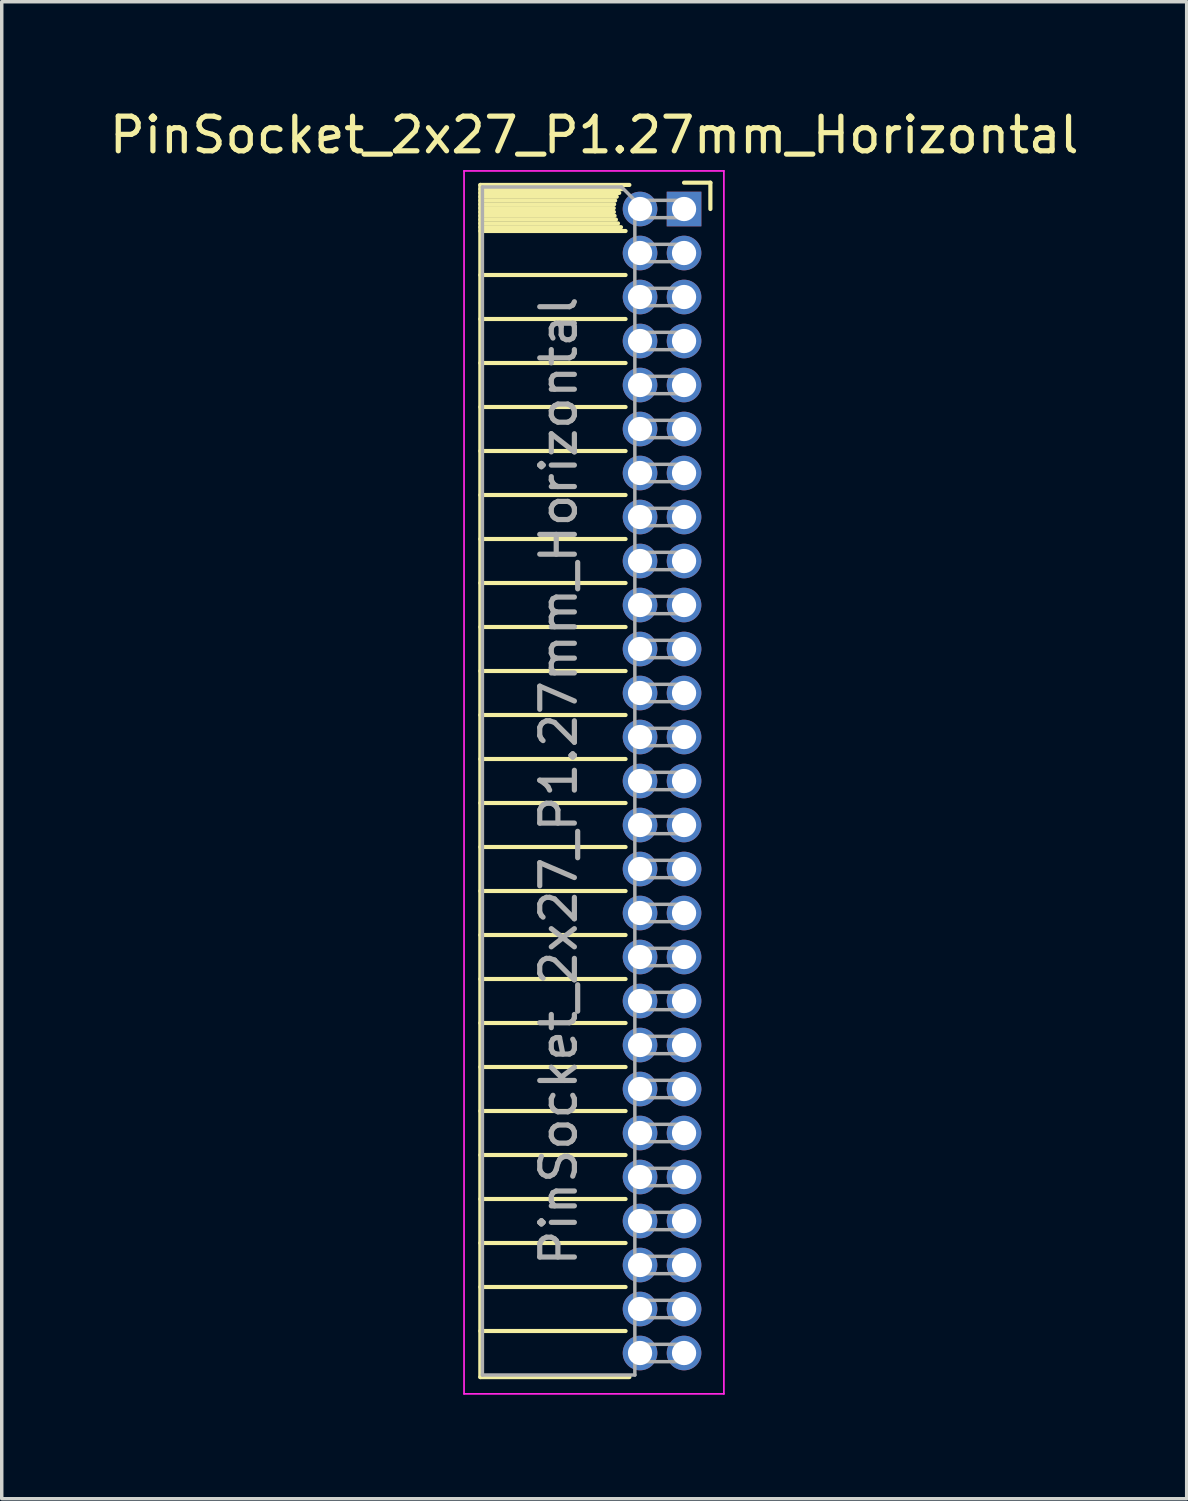
<source format=kicad_pcb>
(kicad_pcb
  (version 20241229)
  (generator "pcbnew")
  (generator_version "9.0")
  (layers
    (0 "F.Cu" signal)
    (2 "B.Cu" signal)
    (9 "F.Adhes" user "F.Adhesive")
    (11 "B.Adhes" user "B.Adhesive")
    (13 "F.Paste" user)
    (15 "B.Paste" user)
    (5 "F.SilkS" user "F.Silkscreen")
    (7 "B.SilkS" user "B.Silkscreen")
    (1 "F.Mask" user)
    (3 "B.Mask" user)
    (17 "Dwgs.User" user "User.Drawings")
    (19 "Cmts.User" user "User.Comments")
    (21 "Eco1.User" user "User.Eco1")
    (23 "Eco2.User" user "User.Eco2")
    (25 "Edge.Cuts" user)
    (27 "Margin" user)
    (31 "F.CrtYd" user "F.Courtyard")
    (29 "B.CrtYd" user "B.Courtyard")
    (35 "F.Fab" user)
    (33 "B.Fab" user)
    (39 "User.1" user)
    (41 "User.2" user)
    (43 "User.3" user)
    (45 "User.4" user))
  (footprint "PinSocket_2x27_P1.27mm_Horizontal"
    (layer "F.Cu")
    (at 16.694 2.983)
    (property "Reference" "PinSocket_2x27_P1.27mm_Horizontal" (at -2.592 -2.135 0) (layer "F.SilkS") (effects (font (size 1 1) (thickness 0.15))))
    (attr through_hole)
    (fp_line (start -5.88 -0.695) (end -5.88 33.715) (stroke (width 0.12) (type solid)) (layer "F.SilkS"))
    (fp_line (start -5.88 -0.695) (end -1.578 -0.695) (stroke (width 0.12) (type solid)) (layer "F.SilkS"))
    (fp_line (start -5.88 -0.575) (end -1.767 -0.575) (stroke (width 0.12) (type solid)) (layer "F.SilkS"))
    (fp_line (start -5.88 -0.465) (end -1.871 -0.465) (stroke (width 0.12) (type solid)) (layer "F.SilkS"))
    (fp_line (start -5.88 -0.355) (end -1.942 -0.355) (stroke (width 0.12) (type solid)) (layer "F.SilkS"))
    (fp_line (start -5.88 -0.245) (end -1.989 -0.245) (stroke (width 0.12) (type solid)) (layer "F.SilkS"))
    (fp_line (start -5.88 -0.135) (end -2.018 -0.135) (stroke (width 0.12) (type solid)) (layer "F.SilkS"))
    (fp_line (start -5.88 -0.025) (end -2.03 -0.025) (stroke (width 0.12) (type solid)) (layer "F.SilkS"))
    (fp_line (start -5.88 0.085) (end -2.025 0.085) (stroke (width 0.12) (type solid)) (layer "F.SilkS"))
    (fp_line (start -5.88 0.195) (end -2.005 0.195) (stroke (width 0.12) (type solid)) (layer "F.SilkS"))
    (fp_line (start -5.88 0.305) (end -1.966 0.305) (stroke (width 0.12) (type solid)) (layer "F.SilkS"))
    (fp_line (start -5.88 0.415) (end -1.907 0.415) (stroke (width 0.12) (type solid)) (layer "F.SilkS"))
    (fp_line (start -5.88 0.525) (end -1.82 0.525) (stroke (width 0.12) (type solid)) (layer "F.SilkS"))
    (fp_line (start -5.88 0.635) (end -1.688 0.635) (stroke (width 0.12) (type solid)) (layer "F.SilkS"))
    (fp_line (start -5.88 1.905) (end -1.688 1.905) (stroke (width 0.12) (type solid)) (layer "F.SilkS"))
    (fp_line (start -5.88 3.175) (end -1.688 3.175) (stroke (width 0.12) (type solid)) (layer "F.SilkS"))
    (fp_line (start -5.88 4.445) (end -1.688 4.445) (stroke (width 0.12) (type solid)) (layer "F.SilkS"))
    (fp_line (start -5.88 5.715) (end -1.688 5.715) (stroke (width 0.12) (type solid)) (layer "F.SilkS"))
    (fp_line (start -5.88 6.985) (end -1.688 6.985) (stroke (width 0.12) (type solid)) (layer "F.SilkS"))
    (fp_line (start -5.88 8.255) (end -1.688 8.255) (stroke (width 0.12) (type solid)) (layer "F.SilkS"))
    (fp_line (start -5.88 9.525) (end -1.688 9.525) (stroke (width 0.12) (type solid)) (layer "F.SilkS"))
    (fp_line (start -5.88 10.795) (end -1.688 10.795) (stroke (width 0.12) (type solid)) (layer "F.SilkS"))
    (fp_line (start -5.88 12.065) (end -1.688 12.065) (stroke (width 0.12) (type solid)) (layer "F.SilkS"))
    (fp_line (start -5.88 13.335) (end -1.688 13.335) (stroke (width 0.12) (type solid)) (layer "F.SilkS"))
    (fp_line (start -5.88 14.605) (end -1.688 14.605) (stroke (width 0.12) (type solid)) (layer "F.SilkS"))
    (fp_line (start -5.88 15.875) (end -1.688 15.875) (stroke (width 0.12) (type solid)) (layer "F.SilkS"))
    (fp_line (start -5.88 17.145) (end -1.688 17.145) (stroke (width 0.12) (type solid)) (layer "F.SilkS"))
    (fp_line (start -5.88 18.415) (end -1.688 18.415) (stroke (width 0.12) (type solid)) (layer "F.SilkS"))
    (fp_line (start -5.88 19.685) (end -1.688 19.685) (stroke (width 0.12) (type solid)) (layer "F.SilkS"))
    (fp_line (start -5.88 20.955) (end -1.688 20.955) (stroke (width 0.12) (type solid)) (layer "F.SilkS"))
    (fp_line (start -5.88 22.225) (end -1.688 22.225) (stroke (width 0.12) (type solid)) (layer "F.SilkS"))
    (fp_line (start -5.88 23.495) (end -1.688 23.495) (stroke (width 0.12) (type solid)) (layer "F.SilkS"))
    (fp_line (start -5.88 24.765) (end -1.688 24.765) (stroke (width 0.12) (type solid)) (layer "F.SilkS"))
    (fp_line (start -5.88 26.035) (end -1.688 26.035) (stroke (width 0.12) (type solid)) (layer "F.SilkS"))
    (fp_line (start -5.88 27.305) (end -1.688 27.305) (stroke (width 0.12) (type solid)) (layer "F.SilkS"))
    (fp_line (start -5.88 28.575) (end -1.688 28.575) (stroke (width 0.12) (type solid)) (layer "F.SilkS"))
    (fp_line (start -5.88 29.845) (end -1.688 29.845) (stroke (width 0.12) (type solid)) (layer "F.SilkS"))
    (fp_line (start -5.88 31.115) (end -1.688 31.115) (stroke (width 0.12) (type solid)) (layer "F.SilkS"))
    (fp_line (start -5.88 32.385) (end -1.688 32.385) (stroke (width 0.12) (type solid)) (layer "F.SilkS"))
    (fp_line (start -5.88 33.715) (end -1.578 33.715) (stroke (width 0.12) (type solid)) (layer "F.SilkS"))
    (fp_line (start 0 -0.76) (end 0.76 -0.76) (stroke (width 0.12) (type solid)) (layer "F.SilkS"))
    (fp_line (start 0.76 -0.76) (end 0.76 0) (stroke (width 0.12) (type solid)) (layer "F.SilkS"))
    (fp_line (start -6.35 -1.1) (end -6.35 34.2) (stroke (width 0.05) (type solid)) (layer "F.CrtYd"))
    (fp_line (start -6.35 34.2) (end 1.15 34.2) (stroke (width 0.05) (type solid)) (layer "F.CrtYd"))
    (fp_line (start 1.15 -1.1) (end -6.35 -1.1) (stroke (width 0.05) (type solid)) (layer "F.CrtYd"))
    (fp_line (start 1.15 34.2) (end 1.15 -1.1) (stroke (width 0.05) (type solid)) (layer "F.CrtYd"))
    (fp_line (start -5.82 -0.635) (end -1.805 -0.635) (stroke (width 0.1) (type solid)) (layer "F.Fab"))
    (fp_line (start -5.82 33.655) (end -5.82 -0.635) (stroke (width 0.1) (type solid)) (layer "F.Fab"))
    (fp_line (start -1.805 -0.635) (end -1.42 -0.25) (stroke (width 0.1) (type solid)) (layer "F.Fab"))
    (fp_line (start -1.42 -0.25) (end -1.42 33.655) (stroke (width 0.1) (type solid)) (layer "F.Fab"))
    (fp_line (start -1.42 0.25) (end 0 0.25) (stroke (width 0.1) (type solid)) (layer "F.Fab"))
    (fp_line (start -1.42 1.52) (end 0 1.52) (stroke (width 0.1) (type solid)) (layer "F.Fab"))
    (fp_line (start -1.42 2.79) (end 0 2.79) (stroke (width 0.1) (type solid)) (layer "F.Fab"))
    (fp_line (start -1.42 4.06) (end 0 4.06) (stroke (width 0.1) (type solid)) (layer "F.Fab"))
    (fp_line (start -1.42 5.33) (end 0 5.33) (stroke (width 0.1) (type solid)) (layer "F.Fab"))
    (fp_line (start -1.42 6.6) (end 0 6.6) (stroke (width 0.1) (type solid)) (layer "F.Fab"))
    (fp_line (start -1.42 7.87) (end 0 7.87) (stroke (width 0.1) (type solid)) (layer "F.Fab"))
    (fp_line (start -1.42 9.14) (end 0 9.14) (stroke (width 0.1) (type solid)) (layer "F.Fab"))
    (fp_line (start -1.42 10.41) (end 0 10.41) (stroke (width 0.1) (type solid)) (layer "F.Fab"))
    (fp_line (start -1.42 11.68) (end 0 11.68) (stroke (width 0.1) (type solid)) (layer "F.Fab"))
    (fp_line (start -1.42 12.95) (end 0 12.95) (stroke (width 0.1) (type solid)) (layer "F.Fab"))
    (fp_line (start -1.42 14.22) (end 0 14.22) (stroke (width 0.1) (type solid)) (layer "F.Fab"))
    (fp_line (start -1.42 15.49) (end 0 15.49) (stroke (width 0.1) (type solid)) (layer "F.Fab"))
    (fp_line (start -1.42 16.76) (end 0 16.76) (stroke (width 0.1) (type solid)) (layer "F.Fab"))
    (fp_line (start -1.42 18.03) (end 0 18.03) (stroke (width 0.1) (type solid)) (layer "F.Fab"))
    (fp_line (start -1.42 19.3) (end 0 19.3) (stroke (width 0.1) (type solid)) (layer "F.Fab"))
    (fp_line (start -1.42 20.57) (end 0 20.57) (stroke (width 0.1) (type solid)) (layer "F.Fab"))
    (fp_line (start -1.42 21.84) (end 0 21.84) (stroke (width 0.1) (type solid)) (layer "F.Fab"))
    (fp_line (start -1.42 23.11) (end 0 23.11) (stroke (width 0.1) (type solid)) (layer "F.Fab"))
    (fp_line (start -1.42 24.38) (end 0 24.38) (stroke (width 0.1) (type solid)) (layer "F.Fab"))
    (fp_line (start -1.42 25.65) (end 0 25.65) (stroke (width 0.1) (type solid)) (layer "F.Fab"))
    (fp_line (start -1.42 26.92) (end 0 26.92) (stroke (width 0.1) (type solid)) (layer "F.Fab"))
    (fp_line (start -1.42 28.19) (end 0 28.19) (stroke (width 0.1) (type solid)) (layer "F.Fab"))
    (fp_line (start -1.42 29.46) (end 0 29.46) (stroke (width 0.1) (type solid)) (layer "F.Fab"))
    (fp_line (start -1.42 30.73) (end 0 30.73) (stroke (width 0.1) (type solid)) (layer "F.Fab"))
    (fp_line (start -1.42 32) (end 0 32) (stroke (width 0.1) (type solid)) (layer "F.Fab"))
    (fp_line (start -1.42 33.27) (end 0 33.27) (stroke (width 0.1) (type solid)) (layer "F.Fab"))
    (fp_line (start -1.42 33.655) (end -5.82 33.655) (stroke (width 0.1) (type solid)) (layer "F.Fab"))
    (fp_line (start 0 -0.25) (end -1.42 -0.25) (stroke (width 0.1) (type solid)) (layer "F.Fab"))
    (fp_line (start 0 0.25) (end 0 -0.25) (stroke (width 0.1) (type solid)) (layer "F.Fab"))
    (fp_line (start 0 1.02) (end -1.42 1.02) (stroke (width 0.1) (type solid)) (layer "F.Fab"))
    (fp_line (start 0 1.52) (end 0 1.02) (stroke (width 0.1) (type solid)) (layer "F.Fab"))
    (fp_line (start 0 2.29) (end -1.42 2.29) (stroke (width 0.1) (type solid)) (layer "F.Fab"))
    (fp_line (start 0 2.79) (end 0 2.29) (stroke (width 0.1) (type solid)) (layer "F.Fab"))
    (fp_line (start 0 3.56) (end -1.42 3.56) (stroke (width 0.1) (type solid)) (layer "F.Fab"))
    (fp_line (start 0 4.06) (end 0 3.56) (stroke (width 0.1) (type solid)) (layer "F.Fab"))
    (fp_line (start 0 4.83) (end -1.42 4.83) (stroke (width 0.1) (type solid)) (layer "F.Fab"))
    (fp_line (start 0 5.33) (end 0 4.83) (stroke (width 0.1) (type solid)) (layer "F.Fab"))
    (fp_line (start 0 6.1) (end -1.42 6.1) (stroke (width 0.1) (type solid)) (layer "F.Fab"))
    (fp_line (start 0 6.6) (end 0 6.1) (stroke (width 0.1) (type solid)) (layer "F.Fab"))
    (fp_line (start 0 7.37) (end -1.42 7.37) (stroke (width 0.1) (type solid)) (layer "F.Fab"))
    (fp_line (start 0 7.87) (end 0 7.37) (stroke (width 0.1) (type solid)) (layer "F.Fab"))
    (fp_line (start 0 8.64) (end -1.42 8.64) (stroke (width 0.1) (type solid)) (layer "F.Fab"))
    (fp_line (start 0 9.14) (end 0 8.64) (stroke (width 0.1) (type solid)) (layer "F.Fab"))
    (fp_line (start 0 9.91) (end -1.42 9.91) (stroke (width 0.1) (type solid)) (layer "F.Fab"))
    (fp_line (start 0 10.41) (end 0 9.91) (stroke (width 0.1) (type solid)) (layer "F.Fab"))
    (fp_line (start 0 11.18) (end -1.42 11.18) (stroke (width 0.1) (type solid)) (layer "F.Fab"))
    (fp_line (start 0 11.68) (end 0 11.18) (stroke (width 0.1) (type solid)) (layer "F.Fab"))
    (fp_line (start 0 12.45) (end -1.42 12.45) (stroke (width 0.1) (type solid)) (layer "F.Fab"))
    (fp_line (start 0 12.95) (end 0 12.45) (stroke (width 0.1) (type solid)) (layer "F.Fab"))
    (fp_line (start 0 13.72) (end -1.42 13.72) (stroke (width 0.1) (type solid)) (layer "F.Fab"))
    (fp_line (start 0 14.22) (end 0 13.72) (stroke (width 0.1) (type solid)) (layer "F.Fab"))
    (fp_line (start 0 14.99) (end -1.42 14.99) (stroke (width 0.1) (type solid)) (layer "F.Fab"))
    (fp_line (start 0 15.49) (end 0 14.99) (stroke (width 0.1) (type solid)) (layer "F.Fab"))
    (fp_line (start 0 16.26) (end -1.42 16.26) (stroke (width 0.1) (type solid)) (layer "F.Fab"))
    (fp_line (start 0 16.76) (end 0 16.26) (stroke (width 0.1) (type solid)) (layer "F.Fab"))
    (fp_line (start 0 17.53) (end -1.42 17.53) (stroke (width 0.1) (type solid)) (layer "F.Fab"))
    (fp_line (start 0 18.03) (end 0 17.53) (stroke (width 0.1) (type solid)) (layer "F.Fab"))
    (fp_line (start 0 18.8) (end -1.42 18.8) (stroke (width 0.1) (type solid)) (layer "F.Fab"))
    (fp_line (start 0 19.3) (end 0 18.8) (stroke (width 0.1) (type solid)) (layer "F.Fab"))
    (fp_line (start 0 20.07) (end -1.42 20.07) (stroke (width 0.1) (type solid)) (layer "F.Fab"))
    (fp_line (start 0 20.57) (end 0 20.07) (stroke (width 0.1) (type solid)) (layer "F.Fab"))
    (fp_line (start 0 21.34) (end -1.42 21.34) (stroke (width 0.1) (type solid)) (layer "F.Fab"))
    (fp_line (start 0 21.84) (end 0 21.34) (stroke (width 0.1) (type solid)) (layer "F.Fab"))
    (fp_line (start 0 22.61) (end -1.42 22.61) (stroke (width 0.1) (type solid)) (layer "F.Fab"))
    (fp_line (start 0 23.11) (end 0 22.61) (stroke (width 0.1) (type solid)) (layer "F.Fab"))
    (fp_line (start 0 23.88) (end -1.42 23.88) (stroke (width 0.1) (type solid)) (layer "F.Fab"))
    (fp_line (start 0 24.38) (end 0 23.88) (stroke (width 0.1) (type solid)) (layer "F.Fab"))
    (fp_line (start 0 25.15) (end -1.42 25.15) (stroke (width 0.1) (type solid)) (layer "F.Fab"))
    (fp_line (start 0 25.65) (end 0 25.15) (stroke (width 0.1) (type solid)) (layer "F.Fab"))
    (fp_line (start 0 26.42) (end -1.42 26.42) (stroke (width 0.1) (type solid)) (layer "F.Fab"))
    (fp_line (start 0 26.92) (end 0 26.42) (stroke (width 0.1) (type solid)) (layer "F.Fab"))
    (fp_line (start 0 27.69) (end -1.42 27.69) (stroke (width 0.1) (type solid)) (layer "F.Fab"))
    (fp_line (start 0 28.19) (end 0 27.69) (stroke (width 0.1) (type solid)) (layer "F.Fab"))
    (fp_line (start 0 28.96) (end -1.42 28.96) (stroke (width 0.1) (type solid)) (layer "F.Fab"))
    (fp_line (start 0 29.46) (end 0 28.96) (stroke (width 0.1) (type solid)) (layer "F.Fab"))
    (fp_line (start 0 30.23) (end -1.42 30.23) (stroke (width 0.1) (type solid)) (layer "F.Fab"))
    (fp_line (start 0 30.73) (end 0 30.23) (stroke (width 0.1) (type solid)) (layer "F.Fab"))
    (fp_line (start 0 31.5) (end -1.42 31.5) (stroke (width 0.1) (type solid)) (layer "F.Fab"))
    (fp_line (start 0 32) (end 0 31.5) (stroke (width 0.1) (type solid)) (layer "F.Fab"))
    (fp_line (start 0 32.77) (end -1.42 32.77) (stroke (width 0.1) (type solid)) (layer "F.Fab"))
    (fp_line (start 0 33.27) (end 0 32.77) (stroke (width 0.1) (type solid)) (layer "F.Fab"))
    (fp_text user "${REFERENCE}" (at -3.62 16.51 90) (layer "F.Fab") (effects (font (size 1 1) (thickness 0.15))))
    (pad "1" thru_hole rect (at 0 0) (size 1 1) (drill 0.7) (layers "*.Cu" "*.Mask"))
    (pad "2" thru_hole oval (at -1.27 0) (size 1 1) (drill 0.7) (layers "*.Cu" "*.Mask"))
    (pad "3" thru_hole oval (at 0 1.27) (size 1 1) (drill 0.7) (layers "*.Cu" "*.Mask"))
    (pad "4" thru_hole oval (at -1.27 1.27) (size 1 1) (drill 0.7) (layers "*.Cu" "*.Mask"))
    (pad "5" thru_hole oval (at 0 2.54) (size 1 1) (drill 0.7) (layers "*.Cu" "*.Mask"))
    (pad "6" thru_hole oval (at -1.27 2.54) (size 1 1) (drill 0.7) (layers "*.Cu" "*.Mask"))
    (pad "7" thru_hole oval (at 0 3.81) (size 1 1) (drill 0.7) (layers "*.Cu" "*.Mask"))
    (pad "8" thru_hole oval (at -1.27 3.81) (size 1 1) (drill 0.7) (layers "*.Cu" "*.Mask"))
    (pad "9" thru_hole oval (at 0 5.08) (size 1 1) (drill 0.7) (layers "*.Cu" "*.Mask"))
    (pad "10" thru_hole oval (at -1.27 5.08) (size 1 1) (drill 0.7) (layers "*.Cu" "*.Mask"))
    (pad "11" thru_hole oval (at 0 6.35) (size 1 1) (drill 0.7) (layers "*.Cu" "*.Mask"))
    (pad "12" thru_hole oval (at -1.27 6.35) (size 1 1) (drill 0.7) (layers "*.Cu" "*.Mask"))
    (pad "13" thru_hole oval (at 0 7.62) (size 1 1) (drill 0.7) (layers "*.Cu" "*.Mask"))
    (pad "14" thru_hole oval (at -1.27 7.62) (size 1 1) (drill 0.7) (layers "*.Cu" "*.Mask"))
    (pad "15" thru_hole oval (at 0 8.89) (size 1 1) (drill 0.7) (layers "*.Cu" "*.Mask"))
    (pad "16" thru_hole oval (at -1.27 8.89) (size 1 1) (drill 0.7) (layers "*.Cu" "*.Mask"))
    (pad "17" thru_hole oval (at 0 10.16) (size 1 1) (drill 0.7) (layers "*.Cu" "*.Mask"))
    (pad "18" thru_hole oval (at -1.27 10.16) (size 1 1) (drill 0.7) (layers "*.Cu" "*.Mask"))
    (pad "19" thru_hole oval (at 0 11.43) (size 1 1) (drill 0.7) (layers "*.Cu" "*.Mask"))
    (pad "20" thru_hole oval (at -1.27 11.43) (size 1 1) (drill 0.7) (layers "*.Cu" "*.Mask"))
    (pad "21" thru_hole oval (at 0 12.7) (size 1 1) (drill 0.7) (layers "*.Cu" "*.Mask"))
    (pad "22" thru_hole oval (at -1.27 12.7) (size 1 1) (drill 0.7) (layers "*.Cu" "*.Mask"))
    (pad "23" thru_hole oval (at 0 13.97) (size 1 1) (drill 0.7) (layers "*.Cu" "*.Mask"))
    (pad "24" thru_hole oval (at -1.27 13.97) (size 1 1) (drill 0.7) (layers "*.Cu" "*.Mask"))
    (pad "25" thru_hole oval (at 0 15.24) (size 1 1) (drill 0.7) (layers "*.Cu" "*.Mask"))
    (pad "26" thru_hole oval (at -1.27 15.24) (size 1 1) (drill 0.7) (layers "*.Cu" "*.Mask"))
    (pad "27" thru_hole oval (at 0 16.51) (size 1 1) (drill 0.7) (layers "*.Cu" "*.Mask"))
    (pad "28" thru_hole oval (at -1.27 16.51) (size 1 1) (drill 0.7) (layers "*.Cu" "*.Mask"))
    (pad "29" thru_hole oval (at 0 17.78) (size 1 1) (drill 0.7) (layers "*.Cu" "*.Mask"))
    (pad "30" thru_hole oval (at -1.27 17.78) (size 1 1) (drill 0.7) (layers "*.Cu" "*.Mask"))
    (pad "31" thru_hole oval (at 0 19.05) (size 1 1) (drill 0.7) (layers "*.Cu" "*.Mask"))
    (pad "32" thru_hole oval (at -1.27 19.05) (size 1 1) (drill 0.7) (layers "*.Cu" "*.Mask"))
    (pad "33" thru_hole oval (at 0 20.32) (size 1 1) (drill 0.7) (layers "*.Cu" "*.Mask"))
    (pad "34" thru_hole oval (at -1.27 20.32) (size 1 1) (drill 0.7) (layers "*.Cu" "*.Mask"))
    (pad "35" thru_hole oval (at 0 21.59) (size 1 1) (drill 0.7) (layers "*.Cu" "*.Mask"))
    (pad "36" thru_hole oval (at -1.27 21.59) (size 1 1) (drill 0.7) (layers "*.Cu" "*.Mask"))
    (pad "37" thru_hole oval (at 0 22.86) (size 1 1) (drill 0.7) (layers "*.Cu" "*.Mask"))
    (pad "38" thru_hole oval (at -1.27 22.86) (size 1 1) (drill 0.7) (layers "*.Cu" "*.Mask"))
    (pad "39" thru_hole oval (at 0 24.13) (size 1 1) (drill 0.7) (layers "*.Cu" "*.Mask"))
    (pad "40" thru_hole oval (at -1.27 24.13) (size 1 1) (drill 0.7) (layers "*.Cu" "*.Mask"))
    (pad "41" thru_hole oval (at 0 25.4) (size 1 1) (drill 0.7) (layers "*.Cu" "*.Mask"))
    (pad "42" thru_hole oval (at -1.27 25.4) (size 1 1) (drill 0.7) (layers "*.Cu" "*.Mask"))
    (pad "43" thru_hole oval (at 0 26.67) (size 1 1) (drill 0.7) (layers "*.Cu" "*.Mask"))
    (pad "44" thru_hole oval (at -1.27 26.67) (size 1 1) (drill 0.7) (layers "*.Cu" "*.Mask"))
    (pad "45" thru_hole oval (at 0 27.94) (size 1 1) (drill 0.7) (layers "*.Cu" "*.Mask"))
    (pad "46" thru_hole oval (at -1.27 27.94) (size 1 1) (drill 0.7) (layers "*.Cu" "*.Mask"))
    (pad "47" thru_hole oval (at 0 29.21) (size 1 1) (drill 0.7) (layers "*.Cu" "*.Mask"))
    (pad "48" thru_hole oval (at -1.27 29.21) (size 1 1) (drill 0.7) (layers "*.Cu" "*.Mask"))
    (pad "49" thru_hole oval (at 0 30.48) (size 1 1) (drill 0.7) (layers "*.Cu" "*.Mask"))
    (pad "50" thru_hole oval (at -1.27 30.48) (size 1 1) (drill 0.7) (layers "*.Cu" "*.Mask"))
    (pad "51" thru_hole oval (at 0 31.75) (size 1 1) (drill 0.7) (layers "*.Cu" "*.Mask"))
    (pad "52" thru_hole oval (at -1.27 31.75) (size 1 1) (drill 0.7) (layers "*.Cu" "*.Mask"))
    (pad "53" thru_hole oval (at 0 33.02) (size 1 1) (drill 0.7) (layers "*.Cu" "*.Mask"))
    (pad "54" thru_hole oval (at -1.27 33.02) (size 1 1) (drill 0.7) (layers "*.Cu" "*.Mask")))
  (gr_rect
    (start -3 -3)
    (end 31.202 40.208)
    (stroke (width 0.1) (type default))
    (fill no)
    (layer "Edge.Cuts")))
</source>
